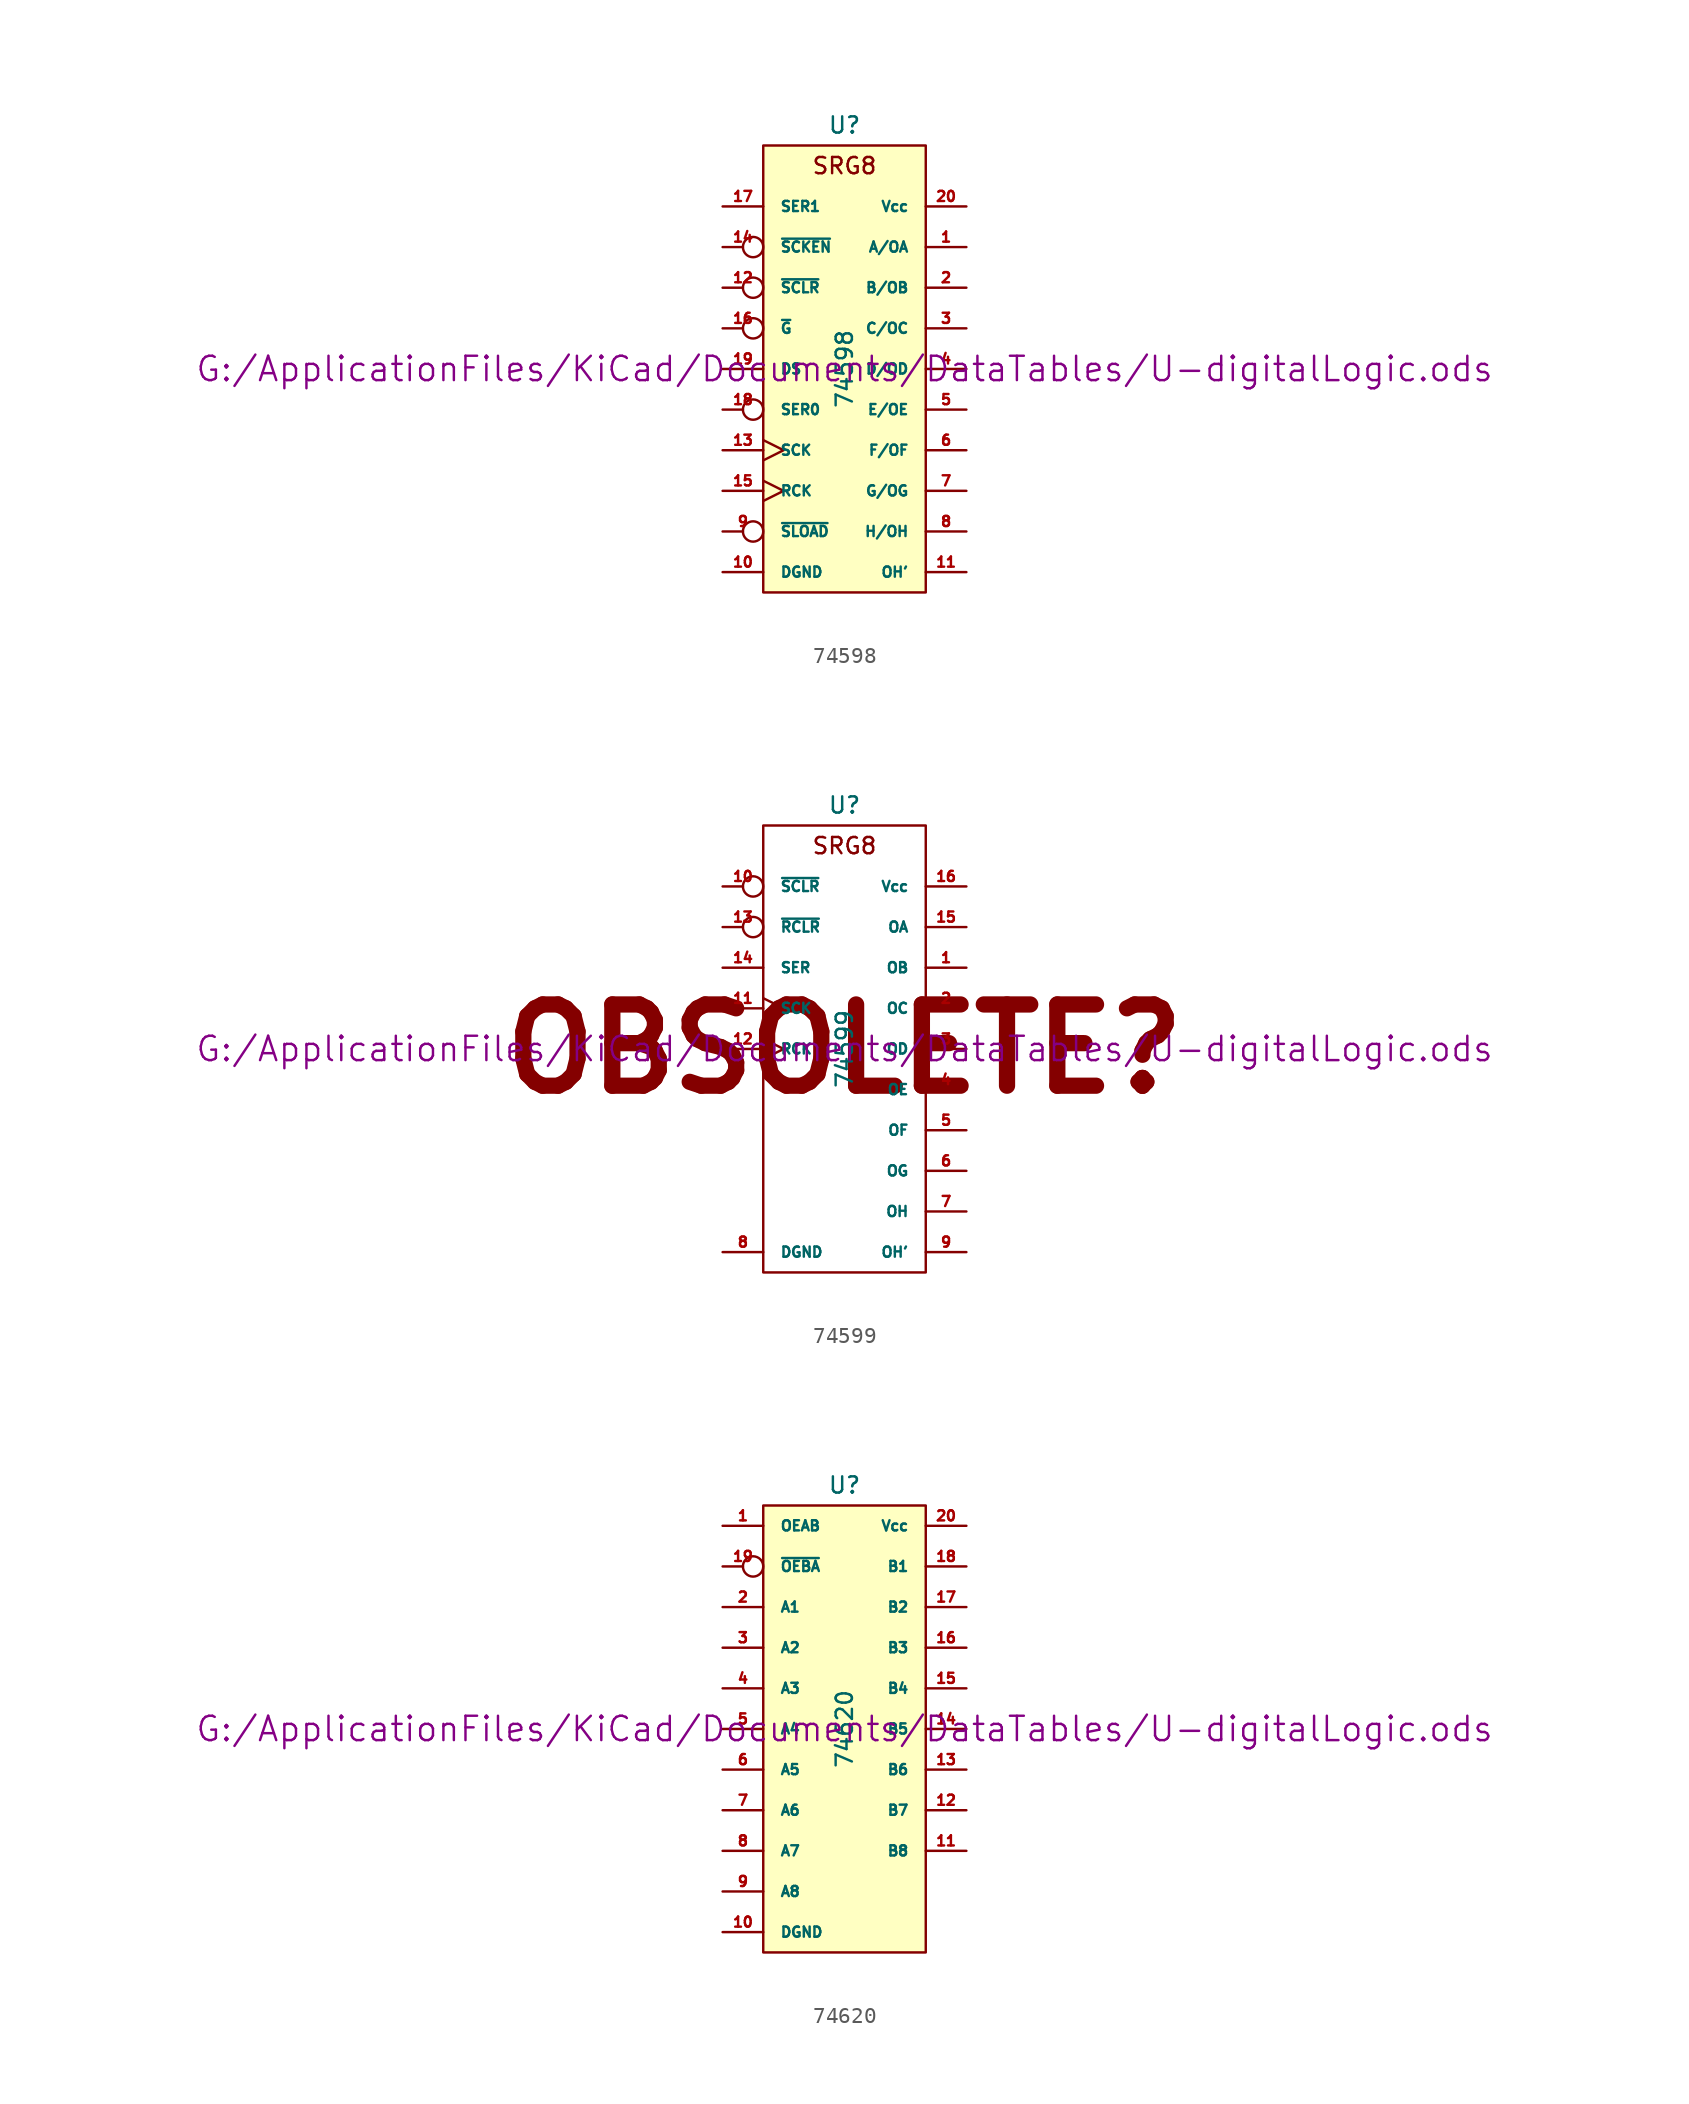
<source format=kicad_sym>
(kicad_symbol_lib
  (version 20211014)
  (generator kicad_symbol_editor)
  (symbol "74598"
    (pin_names
      (offset 1.016))
    (property "Reference" "U"
      (at 0 15.24 0)
      (effects (font (size 1.016 1.016))))
    (property "Value" "74598"
      (at 0 0 90)
      (effects (font (size 1.016 1.016))))
    (property "Footprint" ""
      (at 0 0 0)
      (effects (font (size 1.524 1.524))))
    (property "Datasheet" "G:/ApplicationFiles/KiCad/Documents/DataTables/U-digitalLogic.ods"
      (at 0 0 0)
      (effects (font (size 1.524 1.524))))
    (symbol "74598_0_0"
      (text "SRG8" (at 0 12.7 0) (effects (font (size 1.016 1.016)))))
    (symbol "74598_0_1"
      (rectangle (start -5.08 13.97) (end 5.08 -13.97) (stroke (width 0) (type default) (color 0 0 0 0)) (fill (type background))))
    (symbol "74598_1_1"
      (pin bidirectional line (at 7.62 7.62 180) (length 2.54) (name "A/OA" (effects (font (size 0.635 0.635)))) (number "1" (effects (font (size 0.635 0.635)))))
      (pin power_in line (at -7.62 -12.7 0) (length 2.54) (name "DGND" (effects (font (size 0.635 0.635)))) (number "10" (effects (font (size 0.635 0.635)))))
      (pin output line (at 7.62 -12.7 180) (length 2.54) (name "OH'" (effects (font (size 0.635 0.635)))) (number "11" (effects (font (size 0.635 0.635)))))
      (pin input inverted (at -7.62 5.08 0) (length 2.54) (name "~{SCLR}" (effects (font (size 0.635 0.635)))) (number "12" (effects (font (size 0.635 0.635)))))
      (pin input clock (at -7.62 -5.08 0) (length 2.54) (name "SCK" (effects (font (size 0.635 0.635)))) (number "13" (effects (font (size 0.635 0.635)))))
      (pin input inverted (at -7.62 7.62 0) (length 2.54) (name "~{SCKEN}" (effects (font (size 0.635 0.635)))) (number "14" (effects (font (size 0.635 0.635)))))
      (pin input clock (at -7.62 -7.62 0) (length 2.54) (name "RCK" (effects (font (size 0.635 0.635)))) (number "15" (effects (font (size 0.635 0.635)))))
      (pin input inverted (at -7.62 2.54 0) (length 2.54) (name "~{G}" (effects (font (size 0.635 0.635)))) (number "16" (effects (font (size 0.635 0.635)))))
      (pin input line (at -7.62 10.16 0) (length 2.54) (name "SER1" (effects (font (size 0.635 0.635)))) (number "17" (effects (font (size 0.635 0.635)))))
      (pin input inverted (at -7.62 -2.54 0) (length 2.54) (name "SER0" (effects (font (size 0.635 0.635)))) (number "18" (effects (font (size 0.635 0.635)))))
      (pin input line (at -7.62 0 0) (length 2.54) (name "DS" (effects (font (size 0.635 0.635)))) (number "19" (effects (font (size 0.635 0.635)))))
      (pin bidirectional line (at 7.62 5.08 180) (length 2.54) (name "B/OB" (effects (font (size 0.635 0.635)))) (number "2" (effects (font (size 0.635 0.635)))))
      (pin power_in line (at 7.62 10.16 180) (length 2.54) (name "Vcc" (effects (font (size 0.635 0.635)))) (number "20" (effects (font (size 0.635 0.635)))))
      (pin bidirectional line (at 7.62 2.54 180) (length 2.54) (name "C/OC" (effects (font (size 0.635 0.635)))) (number "3" (effects (font (size 0.635 0.635)))))
      (pin bidirectional line (at 7.62 0 180) (length 2.54) (name "D/OD" (effects (font (size 0.635 0.635)))) (number "4" (effects (font (size 0.635 0.635)))))
      (pin bidirectional line (at 7.62 -2.54 180) (length 2.54) (name "E/OE" (effects (font (size 0.635 0.635)))) (number "5" (effects (font (size 0.635 0.635)))))
      (pin bidirectional line (at 7.62 -5.08 180) (length 2.54) (name "F/OF" (effects (font (size 0.635 0.635)))) (number "6" (effects (font (size 0.635 0.635)))))
      (pin bidirectional line (at 7.62 -7.62 180) (length 2.54) (name "G/OG" (effects (font (size 0.635 0.635)))) (number "7" (effects (font (size 0.635 0.635)))))
      (pin bidirectional line (at 7.62 -10.16 180) (length 2.54) (name "H/OH" (effects (font (size 0.635 0.635)))) (number "8" (effects (font (size 0.635 0.635)))))
      (pin input inverted (at -7.62 -10.16 0) (length 2.54) (name "~{SLOAD}" (effects (font (size 0.635 0.635)))) (number "9" (effects (font (size 0.635 0.635)))))))
  (symbol "74599"
    (pin_names
      (offset 1.016))
    (property "Reference" "U"
      (at 0 15.24 0)
      (effects (font (size 1.016 1.016))))
    (property "Value" "74599"
      (at 0 0 90)
      (effects (font (size 1.016 1.016))))
    (property "Footprint" ""
      (at 0 0 0)
      (effects (font (size 1.524 1.524))))
    (property "Datasheet" "G:/ApplicationFiles/KiCad/Documents/DataTables/U-digitalLogic.ods"
      (at 0 0 0)
      (effects (font (size 1.524 1.524))))
    (symbol "74599_0_0"
      (text "OBSOLETE?" (at 0 0 0) (effects (font (size 5.08 5.08) bold)))
      (text "SRG8" (at 0 12.7 0) (effects (font (size 1.016 1.016)))))
    (symbol "74599_0_1"
      (rectangle (start -5.08 13.97) (end 5.08 -13.97) (stroke (width 0) (type default) (color 0 0 0 0)) (fill (type none))))
    (symbol "74599_1_1"
      (pin open_collector line (at 7.62 5.08 180) (length 2.54) (name "OB" (effects (font (size 0.635 0.635)))) (number "1" (effects (font (size 0.635 0.635)))))
      (pin input inverted (at -7.62 10.16 0) (length 2.54) (name "~{SCLR}" (effects (font (size 0.635 0.635)))) (number "10" (effects (font (size 0.635 0.635)))))
      (pin input clock (at -7.62 2.54 0) (length 2.54) (name "SCK" (effects (font (size 0.635 0.635)))) (number "11" (effects (font (size 0.635 0.635)))))
      (pin input clock (at -7.62 0 0) (length 2.54) (name "RCK" (effects (font (size 0.635 0.635)))) (number "12" (effects (font (size 0.635 0.635)))))
      (pin input inverted (at -7.62 7.62 0) (length 2.54) (name "~{RCLR}" (effects (font (size 0.635 0.635)))) (number "13" (effects (font (size 0.635 0.635)))))
      (pin input line (at -7.62 5.08 0) (length 2.54) (name "SER" (effects (font (size 0.635 0.635)))) (number "14" (effects (font (size 0.635 0.635)))))
      (pin open_collector line (at 7.62 7.62 180) (length 2.54) (name "OA" (effects (font (size 0.635 0.635)))) (number "15" (effects (font (size 0.635 0.635)))))
      (pin power_in line (at 7.62 10.16 180) (length 2.54) (name "Vcc" (effects (font (size 0.635 0.635)))) (number "16" (effects (font (size 0.635 0.635)))))
      (pin open_collector line (at 7.62 2.54 180) (length 2.54) (name "OC" (effects (font (size 0.635 0.635)))) (number "2" (effects (font (size 0.635 0.635)))))
      (pin open_collector line (at 7.62 0 180) (length 2.54) (name "OD" (effects (font (size 0.635 0.635)))) (number "3" (effects (font (size 0.635 0.635)))))
      (pin open_collector line (at 7.62 -2.54 180) (length 2.54) (name "OE" (effects (font (size 0.635 0.635)))) (number "4" (effects (font (size 0.635 0.635)))))
      (pin open_collector line (at 7.62 -5.08 180) (length 2.54) (name "OF" (effects (font (size 0.635 0.635)))) (number "5" (effects (font (size 0.635 0.635)))))
      (pin open_collector line (at 7.62 -7.62 180) (length 2.54) (name "OG" (effects (font (size 0.635 0.635)))) (number "6" (effects (font (size 0.635 0.635)))))
      (pin open_collector line (at 7.62 -10.16 180) (length 2.54) (name "OH" (effects (font (size 0.635 0.635)))) (number "7" (effects (font (size 0.635 0.635)))))
      (pin power_in line (at -7.62 -12.7 0) (length 2.54) (name "DGND" (effects (font (size 0.635 0.635)))) (number "8" (effects (font (size 0.635 0.635)))))
      (pin output line (at 7.62 -12.7 180) (length 2.54) (name "OH'" (effects (font (size 0.635 0.635)))) (number "9" (effects (font (size 0.635 0.635)))))))
  (symbol "74620"
    (pin_names
      (offset 1.016))
    (property "Reference" "U"
      (at 0 15.24 0)
      (effects (font (size 1.016 1.016))))
    (property "Value" "74620"
      (at 0 0 90)
      (effects (font (size 1.016 1.016))))
    (property "Footprint" ""
      (at 0 0 0)
      (effects (font (size 1.524 1.524))))
    (property "Datasheet" "G:/ApplicationFiles/KiCad/Documents/DataTables/U-digitalLogic.ods"
      (at 0 0 0)
      (effects (font (size 1.524 1.524))))
    (symbol "74620_0_1"
      (rectangle (start -5.08 13.97) (end 5.08 -13.97) (stroke (width 0) (type default) (color 0 0 0 0)) (fill (type background))))
    (symbol "74620_1_1"
      (pin input line (at -7.62 12.7 0) (length 2.54) (name "OEAB" (effects (font (size 0.635 0.635)))) (number "1" (effects (font (size 0.635 0.635)))))
      (pin power_in line (at -7.62 -12.7 0) (length 2.54) (name "DGND" (effects (font (size 0.635 0.635)))) (number "10" (effects (font (size 0.635 0.635)))))
      (pin tri_state line (at 7.62 -7.62 180) (length 2.54) (name "B8" (effects (font (size 0.635 0.635)))) (number "11" (effects (font (size 0.635 0.635)))))
      (pin tri_state line (at 7.62 -5.08 180) (length 2.54) (name "B7" (effects (font (size 0.635 0.635)))) (number "12" (effects (font (size 0.635 0.635)))))
      (pin tri_state line (at 7.62 -2.54 180) (length 2.54) (name "B6" (effects (font (size 0.635 0.635)))) (number "13" (effects (font (size 0.635 0.635)))))
      (pin tri_state line (at 7.62 0 180) (length 2.54) (name "B5" (effects (font (size 0.635 0.635)))) (number "14" (effects (font (size 0.635 0.635)))))
      (pin tri_state line (at 7.62 2.54 180) (length 2.54) (name "B4" (effects (font (size 0.635 0.635)))) (number "15" (effects (font (size 0.635 0.635)))))
      (pin tri_state line (at 7.62 5.08 180) (length 2.54) (name "B3" (effects (font (size 0.635 0.635)))) (number "16" (effects (font (size 0.635 0.635)))))
      (pin tri_state line (at 7.62 7.62 180) (length 2.54) (name "B2" (effects (font (size 0.635 0.635)))) (number "17" (effects (font (size 0.635 0.635)))))
      (pin tri_state line (at 7.62 10.16 180) (length 2.54) (name "B1" (effects (font (size 0.635 0.635)))) (number "18" (effects (font (size 0.635 0.635)))))
      (pin input inverted (at -7.62 10.16 0) (length 2.54) (name "~{OEBA}" (effects (font (size 0.635 0.635)))) (number "19" (effects (font (size 0.635 0.635)))))
      (pin tri_state line (at -7.62 7.62 0) (length 2.54) (name "A1" (effects (font (size 0.635 0.635)))) (number "2" (effects (font (size 0.635 0.635)))))
      (pin power_in line (at 7.62 12.7 180) (length 2.54) (name "Vcc" (effects (font (size 0.635 0.635)))) (number "20" (effects (font (size 0.635 0.635)))))
      (pin tri_state line (at -7.62 5.08 0) (length 2.54) (name "A2" (effects (font (size 0.635 0.635)))) (number "3" (effects (font (size 0.635 0.635)))))
      (pin tri_state line (at -7.62 2.54 0) (length 2.54) (name "A3" (effects (font (size 0.635 0.635)))) (number "4" (effects (font (size 0.635 0.635)))))
      (pin tri_state line (at -7.62 0 0) (length 2.54) (name "A4" (effects (font (size 0.635 0.635)))) (number "5" (effects (font (size 0.635 0.635)))))
      (pin tri_state line (at -7.62 -2.54 0) (length 2.54) (name "A5" (effects (font (size 0.635 0.635)))) (number "6" (effects (font (size 0.635 0.635)))))
      (pin tri_state line (at -7.62 -5.08 0) (length 2.54) (name "A6" (effects (font (size 0.635 0.635)))) (number "7" (effects (font (size 0.635 0.635)))))
      (pin tri_state line (at -7.62 -7.62 0) (length 2.54) (name "A7" (effects (font (size 0.635 0.635)))) (number "8" (effects (font (size 0.635 0.635)))))
      (pin tri_state line (at -7.62 -10.16 0) (length 2.54) (name "A8" (effects (font (size 0.635 0.635)))) (number "9" (effects (font (size 0.635 0.635))))))))
</source>
